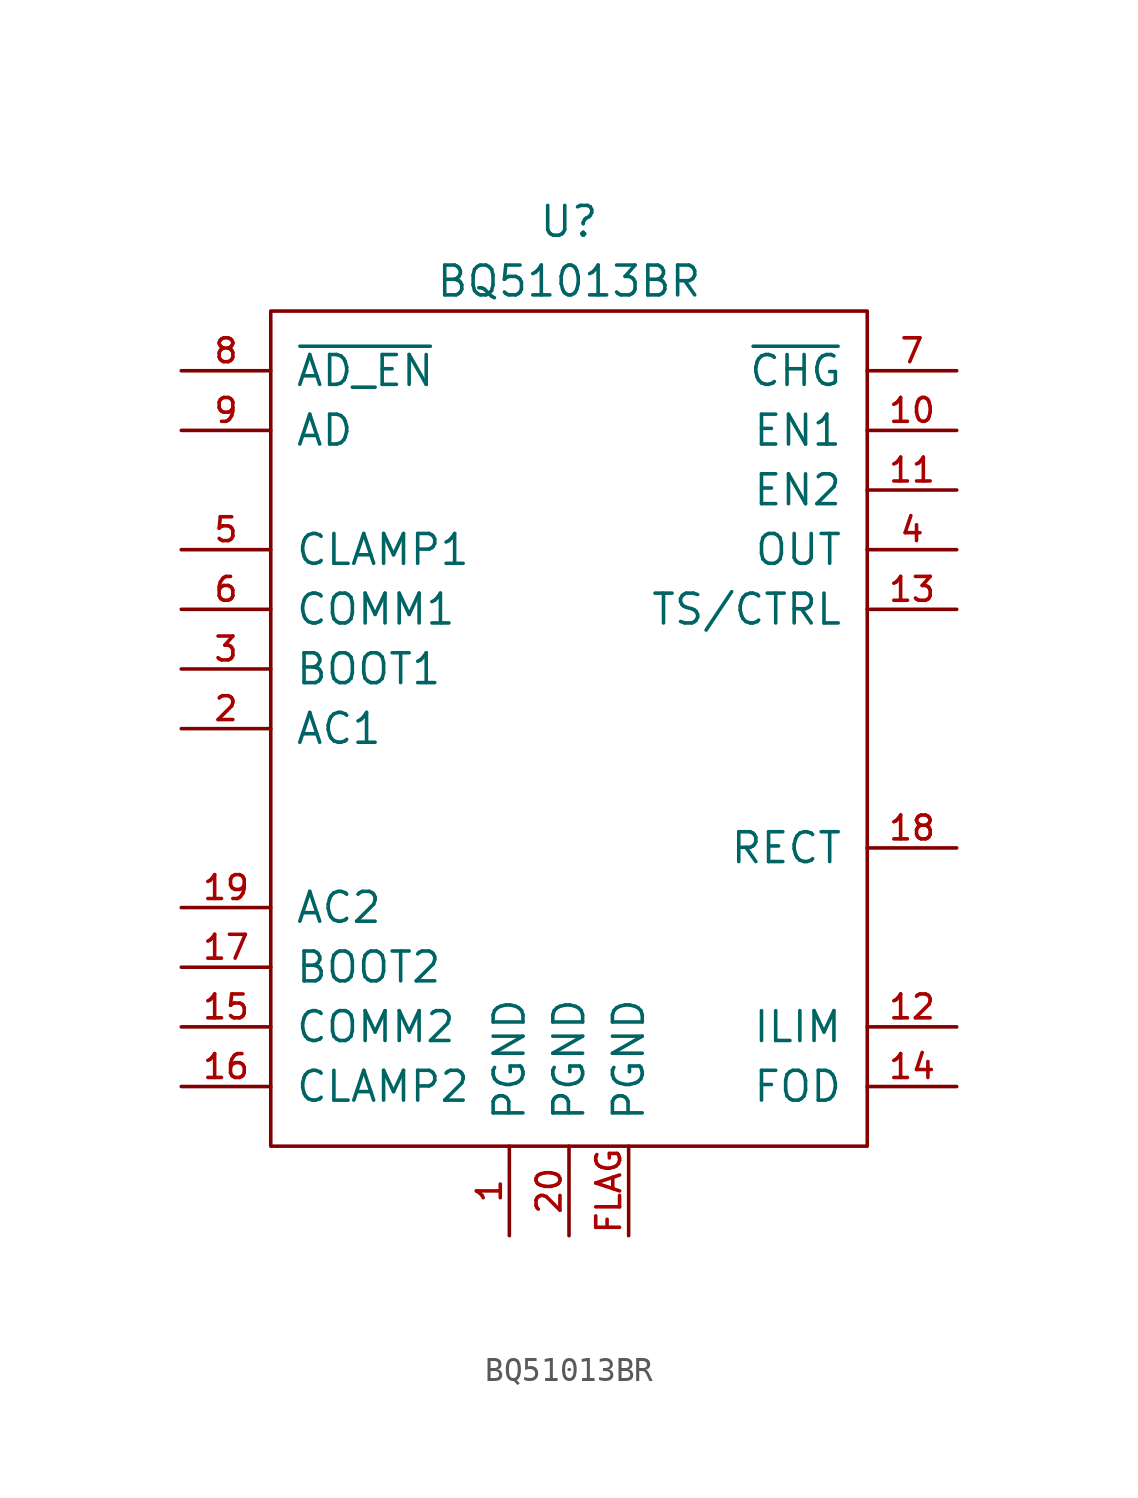
<source format=kicad_sym>
(kicad_symbol_lib
  (version 20211014)
  (generator kicad_symbol_editor)
  (symbol "BQ51013BR"
    (pin_names
      (offset 1.016))
    (property "Reference" "U"
      (at 0 21.59 0)
      (effects (font (size 1.27 1.27))))
    (property "Value" "BQ51013BR"
      (at 0 19.05 0)
      (effects (font (size 1.27 1.27))))
    (symbol "BQ51013BR_0_1"
      (rectangle (start -12.7 17.78) (end 12.7 -17.78) (stroke (width 0) (type default) (color 0 0 0 0)) (fill (type none))))
    (symbol "BQ51013BR_1_1"
      (pin power_in line (at -2.54 -21.59 90) (length 3.81) (name "PGND" (effects (font (size 1.27 1.27)))) (number "1" (effects (font (size 1.016 1.016)))))
      (pin input line (at 16.51 12.7 180) (length 3.81) (name "EN1" (effects (font (size 1.27 1.27)))) (number "10" (effects (font (size 1.016 1.016)))))
      (pin input line (at 16.51 10.16 180) (length 3.81) (name "EN2" (effects (font (size 1.27 1.27)))) (number "11" (effects (font (size 1.016 1.016)))))
      (pin passive line (at 16.51 -12.7 180) (length 3.81) (name "ILIM" (effects (font (size 1.27 1.27)))) (number "12" (effects (font (size 1.016 1.016)))))
      (pin passive line (at 16.51 5.08 180) (length 3.81) (name "TS/CTRL" (effects (font (size 1.27 1.27)))) (number "13" (effects (font (size 1.016 1.016)))))
      (pin passive line (at 16.51 -15.24 180) (length 3.81) (name "FOD" (effects (font (size 1.27 1.27)))) (number "14" (effects (font (size 1.016 1.016)))))
      (pin open_collector line (at -16.51 -12.7 0) (length 3.81) (name "COMM2" (effects (font (size 1.27 1.27)))) (number "15" (effects (font (size 1.016 1.016)))))
      (pin open_collector line (at -16.51 -15.24 0) (length 3.81) (name "CLAMP2" (effects (font (size 1.27 1.27)))) (number "16" (effects (font (size 1.016 1.016)))))
      (pin passive line (at -16.51 -10.16 0) (length 3.81) (name "BOOT2" (effects (font (size 1.27 1.27)))) (number "17" (effects (font (size 1.016 1.016)))))
      (pin passive line (at 16.51 -5.08 180) (length 3.81) (name "RECT" (effects (font (size 1.27 1.27)))) (number "18" (effects (font (size 1.016 1.016)))))
      (pin passive line (at -16.51 -7.62 0) (length 3.81) (name "AC2" (effects (font (size 1.27 1.27)))) (number "19" (effects (font (size 1.016 1.016)))))
      (pin passive line (at -16.51 0 0) (length 3.81) (name "AC1" (effects (font (size 1.27 1.27)))) (number "2" (effects (font (size 1.016 1.016)))))
      (pin power_in line (at 0 -21.59 90) (length 3.81) (name "PGND" (effects (font (size 1.27 1.27)))) (number "20" (effects (font (size 1.016 1.016)))))
      (pin passive line (at -16.51 2.54 0) (length 3.81) (name "BOOT1" (effects (font (size 1.27 1.27)))) (number "3" (effects (font (size 1.016 1.016)))))
      (pin power_out line (at 16.51 7.62 180) (length 3.81) (name "OUT" (effects (font (size 1.27 1.27)))) (number "4" (effects (font (size 1.016 1.016)))))
      (pin open_collector line (at -16.51 7.62 0) (length 3.81) (name "CLAMP1" (effects (font (size 1.27 1.27)))) (number "5" (effects (font (size 1.016 1.016)))))
      (pin open_collector line (at -16.51 5.08 0) (length 3.81) (name "COMM1" (effects (font (size 1.27 1.27)))) (number "6" (effects (font (size 1.016 1.016)))))
      (pin open_collector line (at 16.51 15.24 180) (length 3.81) (name "~{CHG}" (effects (font (size 1.27 1.27)))) (number "7" (effects (font (size 1.016 1.016)))))
      (pin output line (at -16.51 15.24 0) (length 3.81) (name "~{AD_EN}" (effects (font (size 1.27 1.27)))) (number "8" (effects (font (size 1.016 1.016)))))
      (pin input line (at -16.51 12.7 0) (length 3.81) (name "AD" (effects (font (size 1.27 1.27)))) (number "9" (effects (font (size 1.016 1.016)))))
      (pin passive line (at 2.54 -21.59 90) (length 3.81) (name "PGND" (effects (font (size 1.27 1.27)))) (number "FLAG" (effects (font (size 1.016 1.016))))))))
</source>
